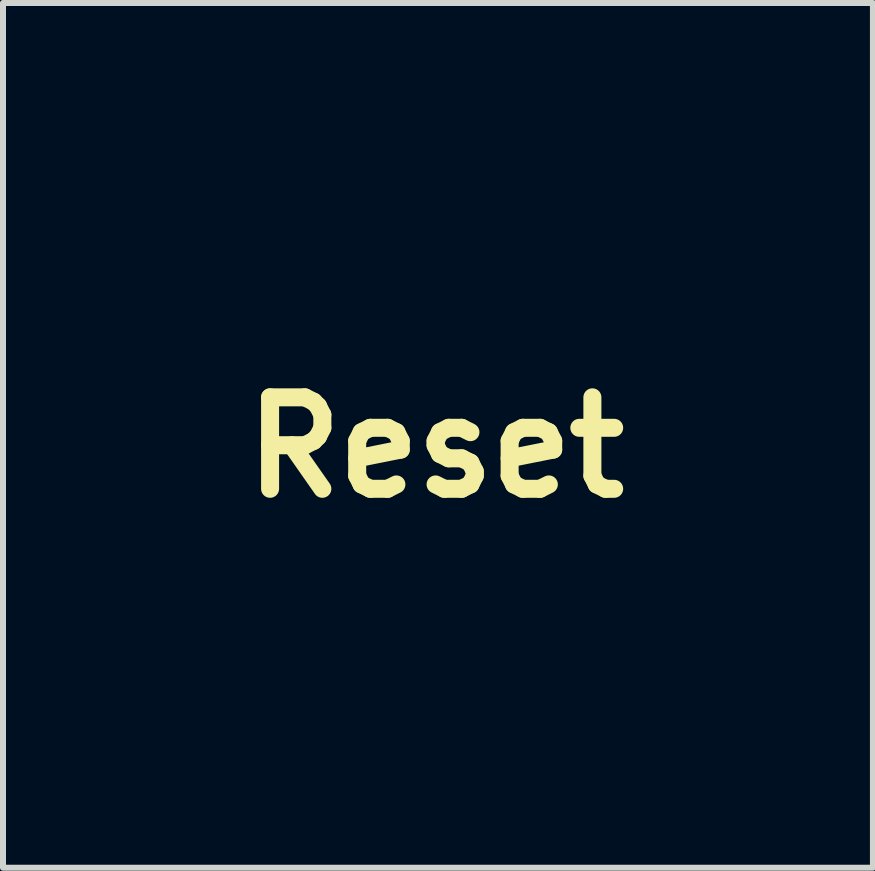
<source format=kicad_pcb>
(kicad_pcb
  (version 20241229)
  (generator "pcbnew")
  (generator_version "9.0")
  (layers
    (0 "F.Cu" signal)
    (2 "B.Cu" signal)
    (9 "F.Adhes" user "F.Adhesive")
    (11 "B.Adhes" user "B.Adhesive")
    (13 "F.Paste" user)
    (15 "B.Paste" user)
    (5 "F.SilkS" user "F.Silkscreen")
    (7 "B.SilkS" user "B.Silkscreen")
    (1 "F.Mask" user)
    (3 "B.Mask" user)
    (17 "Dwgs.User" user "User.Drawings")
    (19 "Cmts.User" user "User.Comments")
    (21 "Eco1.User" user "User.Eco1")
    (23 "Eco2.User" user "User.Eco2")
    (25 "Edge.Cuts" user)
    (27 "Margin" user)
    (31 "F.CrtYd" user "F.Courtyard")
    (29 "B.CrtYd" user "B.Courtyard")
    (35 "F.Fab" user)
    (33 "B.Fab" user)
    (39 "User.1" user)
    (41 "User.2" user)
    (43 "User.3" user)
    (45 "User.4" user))
  (footprint "Reset"
    (layer "F.Cu")
    (at 4.208 4.405)
    (property "Reference" "Reset" (at 0 0 0) (layer "F.SilkS") (effects (font (size 1.524 1.524) (thickness 0.3))))
    (attr through_hole)
    (fp_poly (pts (xy -1.314 -0.974) (xy -0.988 -0.403) (xy -0.91 -0.201) (xy -0.742 0.527) (xy -0.889 0.824) (xy -1.353 0.689) (xy -1.712 0.453) (xy -2.02 0.009) (xy -2.094 -0.557) (xy -1.945 -1.031) (xy -1.631 -1.203) (xy -1.314 -0.974)) (stroke (width 0.01) (type solid)) (fill no) (layer "Eco2.User"))
    (fp_poly (pts (xy 2.612 -0.035) (xy 2.674 0.525) (xy 2.674 0.535) (xy 2.607 1.103) (xy 2.296 1.313) (xy 1.887 1.337) (xy 1.266 1.249) (xy 0.925 1.052) (xy 0.82 0.74) (xy 0.842 0.696) (xy 1.467 0.261) (xy 2.065 -0.097) (xy 2.445 -0.265) (xy 2.466 -0.267) (xy 2.612 -0.035)) (stroke (width 0.01) (type solid)) (fill no) (layer "Eco2.User"))
    (fp_poly (pts (xy 0.613 -4.299) (xy 0.677 -3.951) (xy 0.645 -3.249) (xy 0.543 -2.358) (xy 0.393 -1.445) (xy 0.221 -0.677) (xy 0.05 -0.219) (xy 0.021 -0.183) (xy -0.195 -0.27) (xy -0.492 -0.741) (xy -0.632 -1.057) (xy -0.918 -2.023) (xy -1.064 -3.011) (xy -1.069 -3.183) (xy -1.022 -3.872) (xy -0.806 -4.206) (xy -0.334 -4.36) (xy 0.275 -4.4) (xy 0.613 -4.299)) (stroke (width 0.01) (type solid)) (fill no) (layer "Eco2.User"))
    (fp_poly (pts (xy 1.525 -2.92) (xy 2.163 -2.728) (xy 2.748 -2.405) (xy 2.777 -2.383) (xy 3.664 -1.366) (xy 4.178 -0.092) (xy 4.282 1.282) (xy 3.958 2.547) (xy 3.314 3.363) (xy 2.331 3.85) (xy 1.102 3.998) (xy -0.278 3.794) (xy -1.623 3.275) (xy -2.902 2.442) (xy -3.772 1.48) (xy -4.203 0.452) (xy -4.167 -0.576) (xy -3.724 -1.434) (xy -3.067 -1.99) (xy -2.253 -2.139) (xy -1.642 -2.07) (xy -1.343 -1.903) (xy -1.337 -1.872) (xy -1.552 -1.631) (xy -1.718 -1.604) (xy -2.134 -1.41) (xy -2.624 -0.937) (xy -2.654 -0.9) (xy -3.048 -0.257) (xy -3.204 0.293) (xy -3.109 0.624) (xy -2.807 0.631) (xy -2.47 0.676) (xy -2.406 0.943) (xy -2.19 1.462) (xy -1.653 2.05) (xy -0.962 2.554) (xy -0.334 2.814) (xy 0.424 2.973) (xy 0.948 3.083) (xy 1.701 2.993) (xy 2.406 2.5) (xy 2.945 1.731) (xy 3.201 0.814) (xy 3.208 0.641) (xy 3.143 -0.003) (xy 2.88 -0.553) (xy 2.324 -1.18) (xy 2.005 -1.484) (xy 1.373 -2.098) (xy 0.937 -2.57) (xy 0.802 -2.773) (xy 1.012 -2.947) (xy 1.525 -2.92)) (stroke (width 0.01) (type solid)) (fill no) (layer "Eco2.User")))
  (gr_rect
    (start -3 -3)
    (end 11.495 11.408)
    (stroke (width 0.1) (type default))
    (fill no)
    (layer "Edge.Cuts")))
</source>
